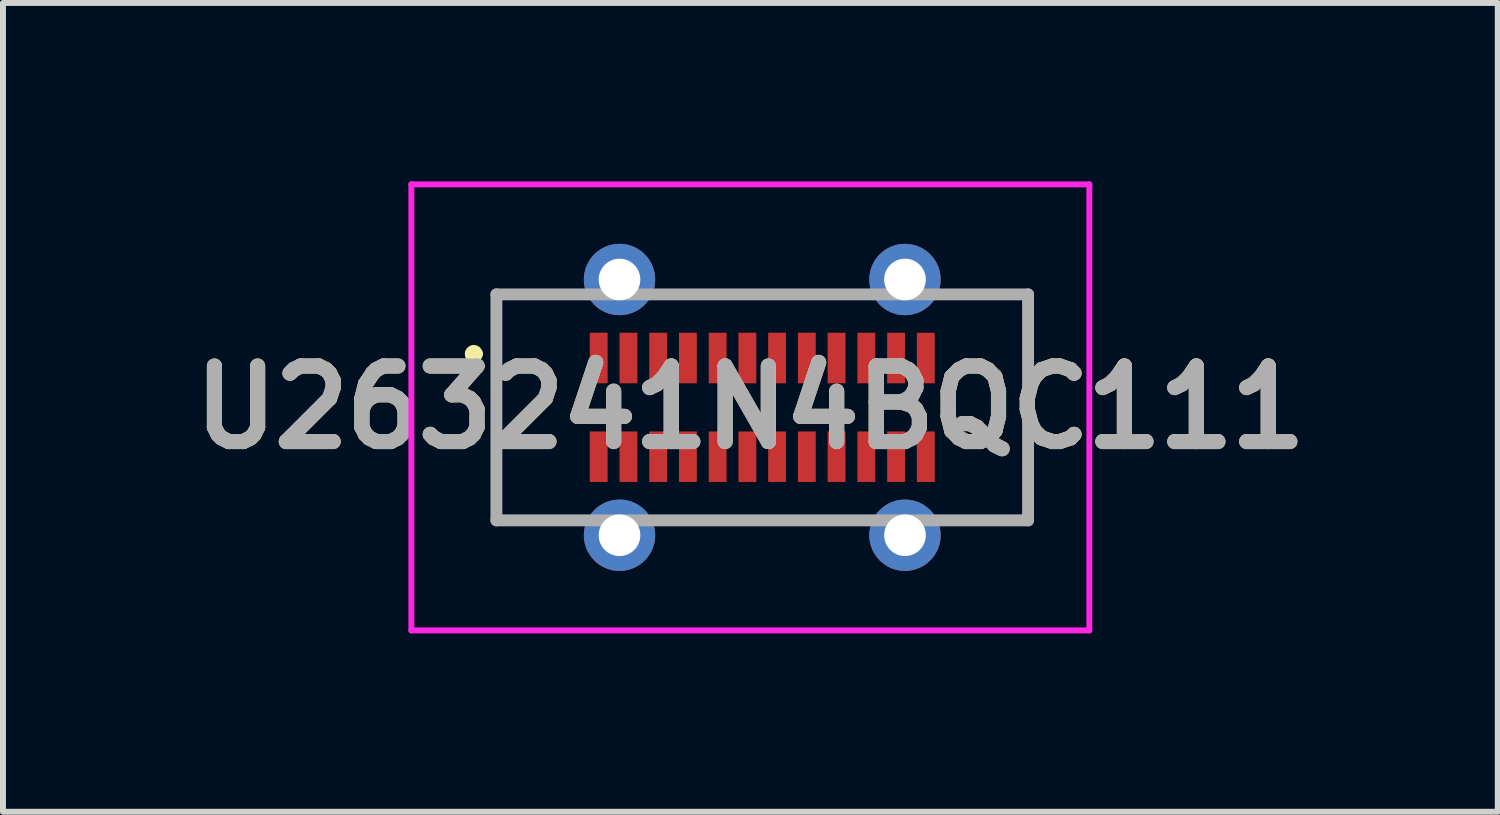
<source format=kicad_pcb>
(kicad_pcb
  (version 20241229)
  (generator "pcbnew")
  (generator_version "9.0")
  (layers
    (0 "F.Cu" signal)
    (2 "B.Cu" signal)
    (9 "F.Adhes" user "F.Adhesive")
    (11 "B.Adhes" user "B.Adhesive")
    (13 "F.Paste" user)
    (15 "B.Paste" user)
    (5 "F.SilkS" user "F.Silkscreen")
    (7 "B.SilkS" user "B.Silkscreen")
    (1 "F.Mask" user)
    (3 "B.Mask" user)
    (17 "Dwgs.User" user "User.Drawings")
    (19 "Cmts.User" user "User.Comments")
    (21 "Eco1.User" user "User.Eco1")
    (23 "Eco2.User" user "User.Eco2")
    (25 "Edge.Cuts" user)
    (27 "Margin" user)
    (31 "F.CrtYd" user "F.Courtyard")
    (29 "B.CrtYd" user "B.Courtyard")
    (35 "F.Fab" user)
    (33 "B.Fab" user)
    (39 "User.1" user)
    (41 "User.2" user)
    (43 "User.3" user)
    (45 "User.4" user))
  (footprint "U263241N4BQC111"
    (layer "F.Cu")
    (at 9.767 3.8)
    (property "Reference" "U263241N4BQC111" (at -0.2 0 0) (layer "F.SilkS") (effects (font (size 1.27 1.27) (thickness 0.254))))
    (attr through_hole)
    (fp_line (start -4.9 -0.9) (end -4.9 -0.9) (stroke (width 0.2) (type solid)) (layer "F.SilkS"))
    (fp_line (start -4.8 -0.9) (end -4.8 -0.9) (stroke (width 0.2) (type solid)) (layer "F.SilkS"))
    (fp_arc (start -4.9 -0.9) (mid -4.85 -0.95) (end -4.8 -0.9) (stroke (width 0.2) (type solid)) (layer "F.SilkS"))
    (fp_arc (start -4.8 -0.9) (mid -4.85 -0.85) (end -4.9 -0.9) (stroke (width 0.2) (type solid)) (layer "F.SilkS"))
    (fp_line (start -5.9 -3.75) (end 5.5 -3.75) (stroke (width 0.1) (type solid)) (layer "F.CrtYd"))
    (fp_line (start -5.9 3.75) (end -5.9 -3.75) (stroke (width 0.1) (type solid)) (layer "F.CrtYd"))
    (fp_line (start 5.5 -3.75) (end 5.5 3.75) (stroke (width 0.1) (type solid)) (layer "F.CrtYd"))
    (fp_line (start 5.5 3.75) (end -5.9 3.75) (stroke (width 0.1) (type solid)) (layer "F.CrtYd"))
    (fp_line (start -4.47 -1.9) (end 4.47 -1.9) (stroke (width 0.2) (type solid)) (layer "F.Fab"))
    (fp_line (start -4.47 1.9) (end -4.47 -1.9) (stroke (width 0.2) (type solid)) (layer "F.Fab"))
    (fp_line (start 4.47 -1.9) (end 4.47 1.9) (stroke (width 0.2) (type solid)) (layer "F.Fab"))
    (fp_line (start 4.47 1.9) (end -4.47 1.9) (stroke (width 0.2) (type solid)) (layer "F.Fab"))
    (fp_text user "${REFERENCE}" (at -0.2 0 0) (layer "F.Fab") (effects (font (size 1.27 1.27) (thickness 0.254))))
    (pad "" np_thru_hole circle (at -3.75 0) (size 0.001 0.001) (drill 0.66) (layers "*.Cu" "*.Mask"))
    (pad "" np_thru_hole circle (at 3.75 0) (size 0.001 0.001) (drill 1.36) (layers "*.Cu" "*.Mask"))
    (pad "A1" smd rect (at -2.75 -0.83) (size 0.3 0.85) (layers "F.Cu" "F.Mask" "F.Paste"))
    (pad "A2" smd rect (at -2.25 -0.83) (size 0.3 0.85) (layers "F.Cu" "F.Mask" "F.Paste"))
    (pad "A3" smd rect (at -1.75 -0.83) (size 0.3 0.85) (layers "F.Cu" "F.Mask" "F.Paste"))
    (pad "A4" smd rect (at -1.25 -0.83) (size 0.3 0.85) (layers "F.Cu" "F.Mask" "F.Paste"))
    (pad "A5" smd rect (at -0.75 -0.83) (size 0.3 0.85) (layers "F.Cu" "F.Mask" "F.Paste"))
    (pad "A6" smd rect (at -0.25 -0.83) (size 0.3 0.85) (layers "F.Cu" "F.Mask" "F.Paste"))
    (pad "A7" smd rect (at 0.25 -0.83) (size 0.3 0.85) (layers "F.Cu" "F.Mask" "F.Paste"))
    (pad "A8" smd rect (at 0.75 -0.83) (size 0.3 0.85) (layers "F.Cu" "F.Mask" "F.Paste"))
    (pad "A9" smd rect (at 1.25 -0.83) (size 0.3 0.85) (layers "F.Cu" "F.Mask" "F.Paste"))
    (pad "A10" smd rect (at 1.75 -0.83) (size 0.3 0.85) (layers "F.Cu" "F.Mask" "F.Paste"))
    (pad "A11" smd rect (at 2.25 -0.83) (size 0.3 0.85) (layers "F.Cu" "F.Mask" "F.Paste"))
    (pad "A12" smd rect (at 2.75 -0.83) (size 0.3 0.85) (layers "F.Cu" "F.Mask" "F.Paste"))
    (pad "B1" smd rect (at 2.75 0.83) (size 0.3 0.85) (layers "F.Cu" "F.Mask" "F.Paste"))
    (pad "B2" smd rect (at 2.25 0.83) (size 0.3 0.85) (layers "F.Cu" "F.Mask" "F.Paste"))
    (pad "B3" smd rect (at 1.75 0.83) (size 0.3 0.85) (layers "F.Cu" "F.Mask" "F.Paste"))
    (pad "B4" smd rect (at 1.25 0.83) (size 0.3 0.85) (layers "F.Cu" "F.Mask" "F.Paste"))
    (pad "B5" smd rect (at 0.75 0.83) (size 0.3 0.85) (layers "F.Cu" "F.Mask" "F.Paste"))
    (pad "B6" smd rect (at 0.25 0.83) (size 0.3 0.85) (layers "F.Cu" "F.Mask" "F.Paste"))
    (pad "B7" smd rect (at -0.25 0.83) (size 0.3 0.85) (layers "F.Cu" "F.Mask" "F.Paste"))
    (pad "B8" smd rect (at -0.75 0.83) (size 0.3 0.85) (layers "F.Cu" "F.Mask" "F.Paste"))
    (pad "B9" smd rect (at -1.25 0.83) (size 0.3 0.85) (layers "F.Cu" "F.Mask" "F.Paste"))
    (pad "B10" smd rect (at -1.75 0.83) (size 0.3 0.85) (layers "F.Cu" "F.Mask" "F.Paste"))
    (pad "B11" smd rect (at -2.25 0.83) (size 0.3 0.85) (layers "F.Cu" "F.Mask" "F.Paste"))
    (pad "B12" smd rect (at -2.75 0.83) (size 0.3 0.85) (layers "F.Cu" "F.Mask" "F.Paste"))
    (pad "MH1" thru_hole circle (at -2.4 2.15) (size 1.2 1.2) (drill 0.7) (layers "*.Cu" "*.Mask"))
    (pad "MH2" thru_hole circle (at 2.4 2.15) (size 1.2 1.2) (drill 0.7) (layers "*.Cu" "*.Mask"))
    (pad "MH3" thru_hole circle (at 2.4 -2.15) (size 1.2 1.2) (drill 0.7) (layers "*.Cu" "*.Mask"))
    (pad "MH4" thru_hole circle (at -2.4 -2.15) (size 1.2 1.2) (drill 0.7) (layers "*.Cu" "*.Mask")))
  (gr_rect
    (start -3 -3)
    (end 22.135 10.6)
    (stroke (width 0.1) (type default))
    (fill no)
    (layer "Edge.Cuts")))
</source>
